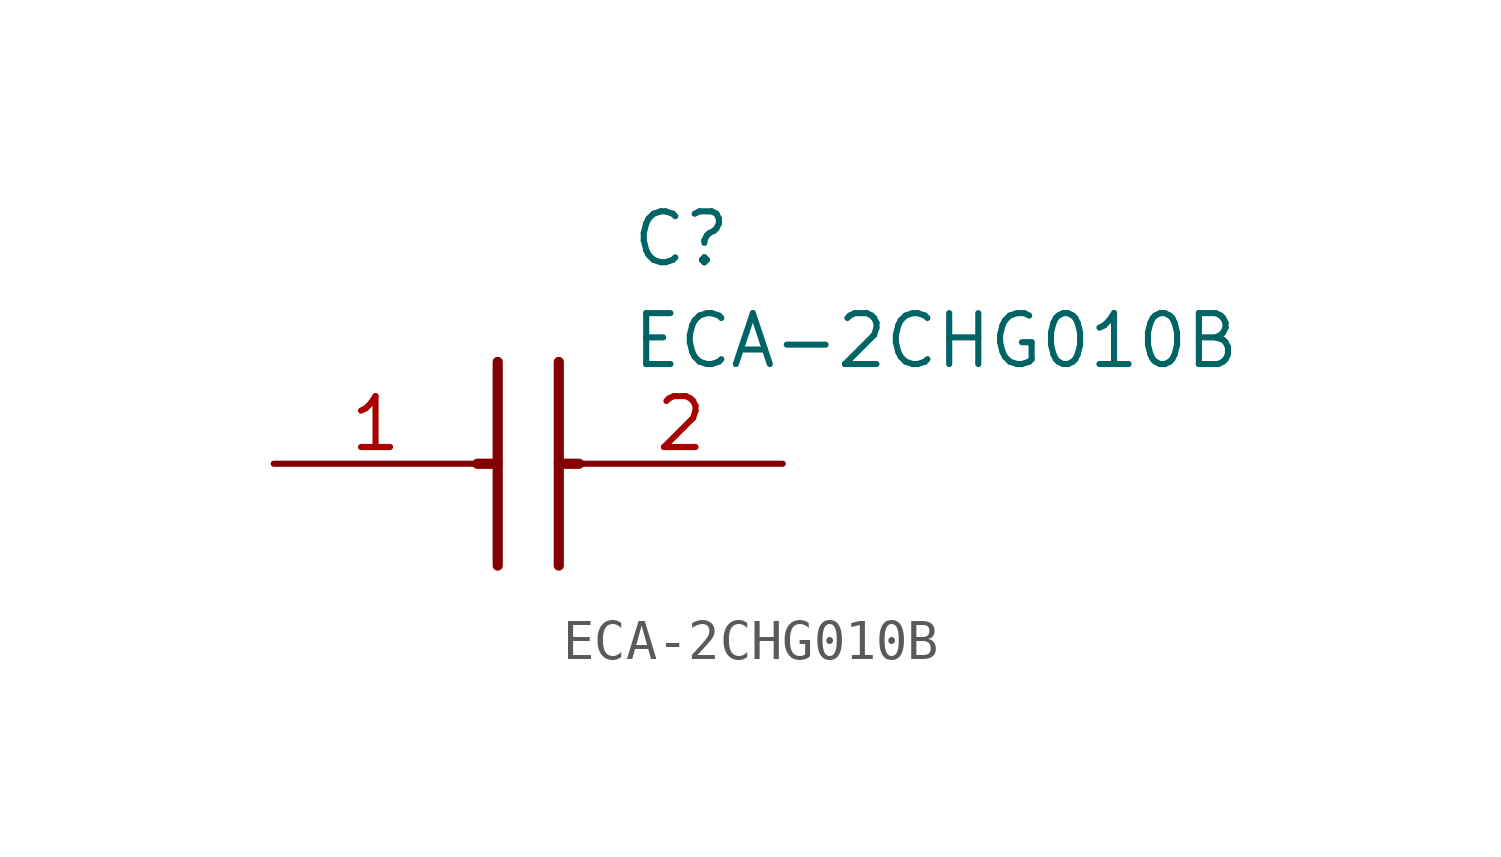
<source format=kicad_sym>
(kicad_symbol_lib
  (version 20211014)
  (generator SamacSys_ECAD_Model)
  (symbol "ECA-2CHG010B"
    (pin_names hide)
    (property "Reference" "C"
      (at 8.89 6.35 0)
      (effects (font (size 1.27 1.27)) (justify left top)))
    (property "Value" "ECA-2CHG010B"
      (at 8.89 3.81 0)
      (effects (font (size 1.27 1.27)) (justify left top)))
    (polyline
      (pts (xy 5.588 2.54) (xy 5.588 -2.54))
      (stroke (width 0.254) (type default))
      (fill (type none)))
    (polyline
      (pts (xy 7.112 2.54) (xy 7.112 -2.54))
      (stroke (width 0.254) (type default))
      (fill (type none)))
    (polyline
      (pts (xy 5.08 0) (xy 5.588 0))
      (stroke (width 0.254) (type default))
      (fill (type none)))
    (polyline
      (pts (xy 7.112 0) (xy 7.62 0))
      (stroke (width 0.254) (type default))
      (fill (type none)))
    (pin passive line
      (at 0 0 0)
      (length 5.08)
      (name "+" (effects (font (size 1.27 1.27))))
      (number "1" (effects (font (size 1.27 1.27)))))
    (pin passive line
      (at 12.7 0 180)
      (length 5.08)
      (name "-" (effects (font (size 1.27 1.27))))
      (number "2" (effects (font (size 1.27 1.27)))))))
</source>
